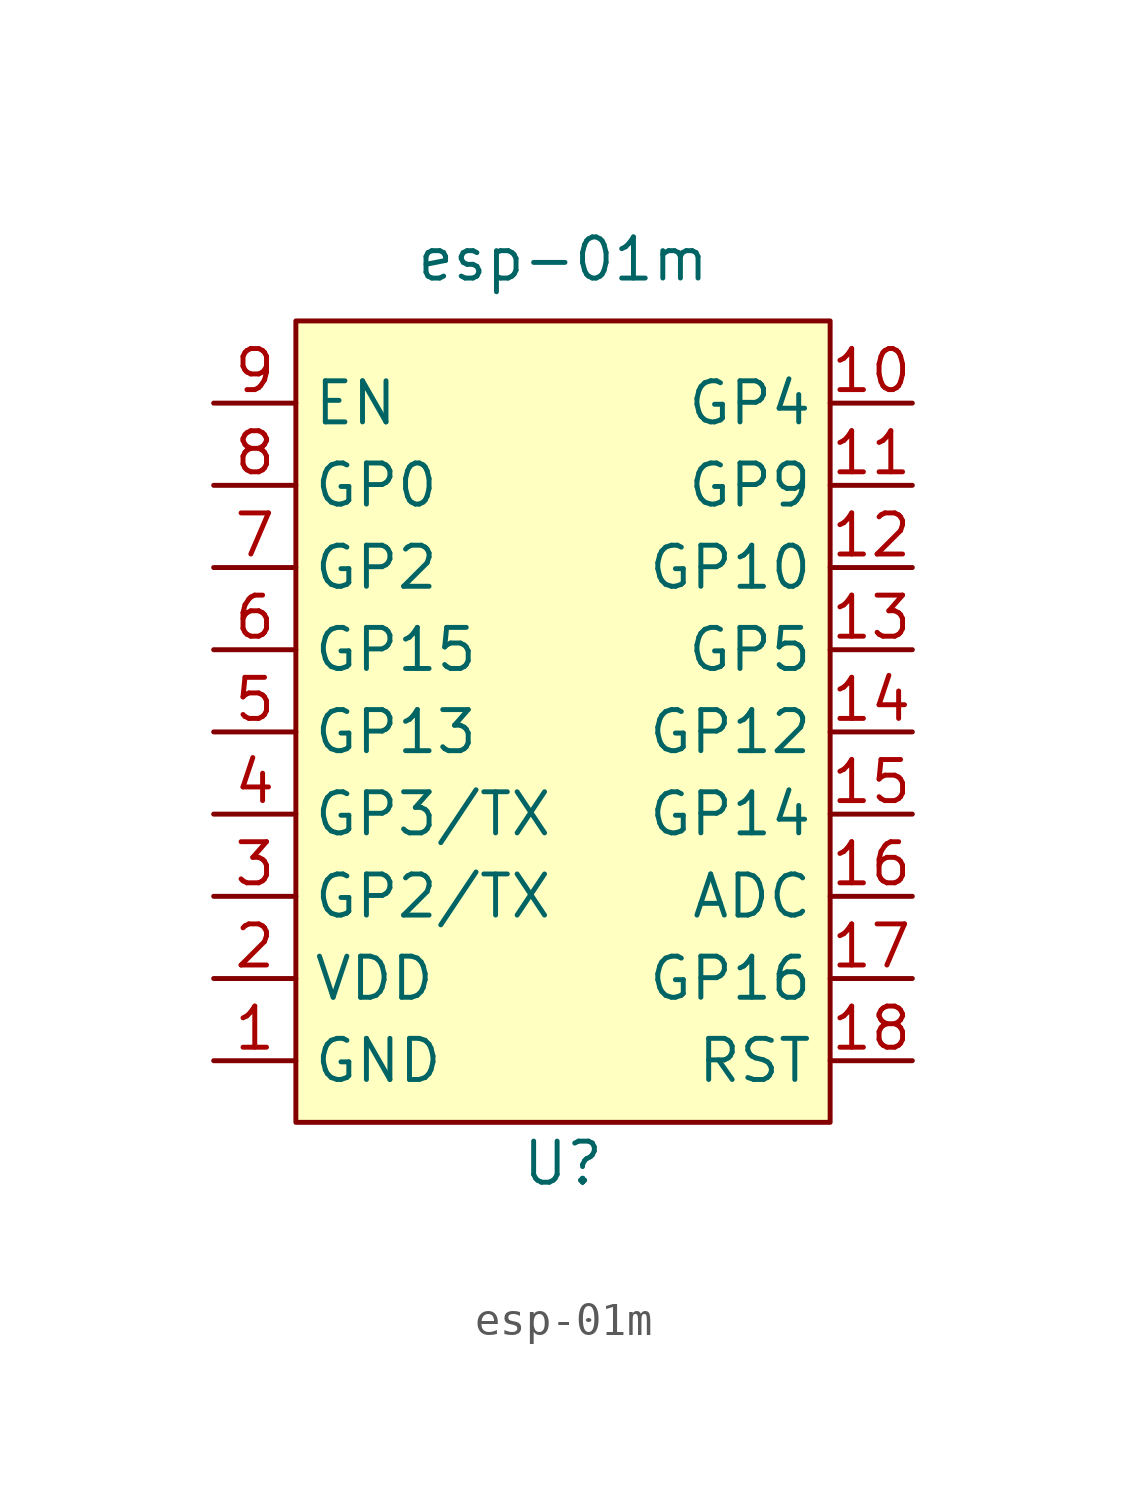
<source format=kicad_sym>
(kicad_symbol_lib
  (version 20211014)
  (generator kicad_symbol_editor)
  (symbol "esp-01m"
    (property "Reference" "U"
      (at 0.635 -13.335 0)
      (effects (font (size 1.27 1.27))))
    (property "Value" "esp-01m"
      (at 0.635 14.605 0)
      (effects (font (size 1.27 1.27))))
    (symbol "esp-01m_0_1"
      (rectangle (start -7.62 12.7) (end 8.89 -12.065) (stroke (width 0) (type default) (color 0 0 0 0)) (fill (type background))))
    (symbol "esp-01m_1_1"
      (pin power_in line (at -10.16 -10.16 0) (length 2.54) (name "GND" (effects (font (size 1.27 1.27)))) (number "1" (effects (font (size 1.27 1.27)))))
      (pin tri_state line (at 11.43 10.16 180) (length 2.54) (name "GP4" (effects (font (size 1.27 1.27)))) (number "10" (effects (font (size 1.27 1.27)))))
      (pin tri_state line (at 11.43 7.62 180) (length 2.54) (name "GP9" (effects (font (size 1.27 1.27)))) (number "11" (effects (font (size 1.27 1.27)))))
      (pin tri_state line (at 11.43 5.08 180) (length 2.54) (name "GP10" (effects (font (size 1.27 1.27)))) (number "12" (effects (font (size 1.27 1.27)))))
      (pin tri_state line (at 11.43 2.54 180) (length 2.54) (name "GP5" (effects (font (size 1.27 1.27)))) (number "13" (effects (font (size 1.27 1.27)))))
      (pin tri_state line (at 11.43 0 180) (length 2.54) (name "GP12" (effects (font (size 1.27 1.27)))) (number "14" (effects (font (size 1.27 1.27)))))
      (pin tri_state line (at 11.43 -2.54 180) (length 2.54) (name "GP14" (effects (font (size 1.27 1.27)))) (number "15" (effects (font (size 1.27 1.27)))))
      (pin input line (at 11.43 -5.08 180) (length 2.54) (name "ADC" (effects (font (size 1.27 1.27)))) (number "16" (effects (font (size 1.27 1.27)))))
      (pin tri_state line (at 11.43 -7.62 180) (length 2.54) (name "GP16" (effects (font (size 1.27 1.27)))) (number "17" (effects (font (size 1.27 1.27)))))
      (pin input line (at 11.43 -10.16 180) (length 2.54) (name "RST" (effects (font (size 1.27 1.27)))) (number "18" (effects (font (size 1.27 1.27)))))
      (pin power_in line (at -10.16 -7.62 0) (length 2.54) (name "VDD" (effects (font (size 1.27 1.27)))) (number "2" (effects (font (size 1.27 1.27)))))
      (pin tri_state line (at -10.16 -5.08 0) (length 2.54) (name "GP2/TX" (effects (font (size 1.27 1.27)))) (number "3" (effects (font (size 1.27 1.27)))))
      (pin tri_state line (at -10.16 -2.54 0) (length 2.54) (name "GP3/TX" (effects (font (size 1.27 1.27)))) (number "4" (effects (font (size 1.27 1.27)))))
      (pin tri_state line (at -10.16 0 0) (length 2.54) (name "GP13" (effects (font (size 1.27 1.27)))) (number "5" (effects (font (size 1.27 1.27)))))
      (pin tri_state line (at -10.16 2.54 0) (length 2.54) (name "GP15" (effects (font (size 1.27 1.27)))) (number "6" (effects (font (size 1.27 1.27)))))
      (pin tri_state line (at -10.16 5.08 0) (length 2.54) (name "GP2" (effects (font (size 1.27 1.27)))) (number "7" (effects (font (size 1.27 1.27)))))
      (pin tri_state line (at -10.16 7.62 0) (length 2.54) (name "GP0" (effects (font (size 1.27 1.27)))) (number "8" (effects (font (size 1.27 1.27)))))
      (pin input line (at -10.16 10.16 0) (length 2.54) (name "EN" (effects (font (size 1.27 1.27)))) (number "9" (effects (font (size 1.27 1.27))))))))
</source>
